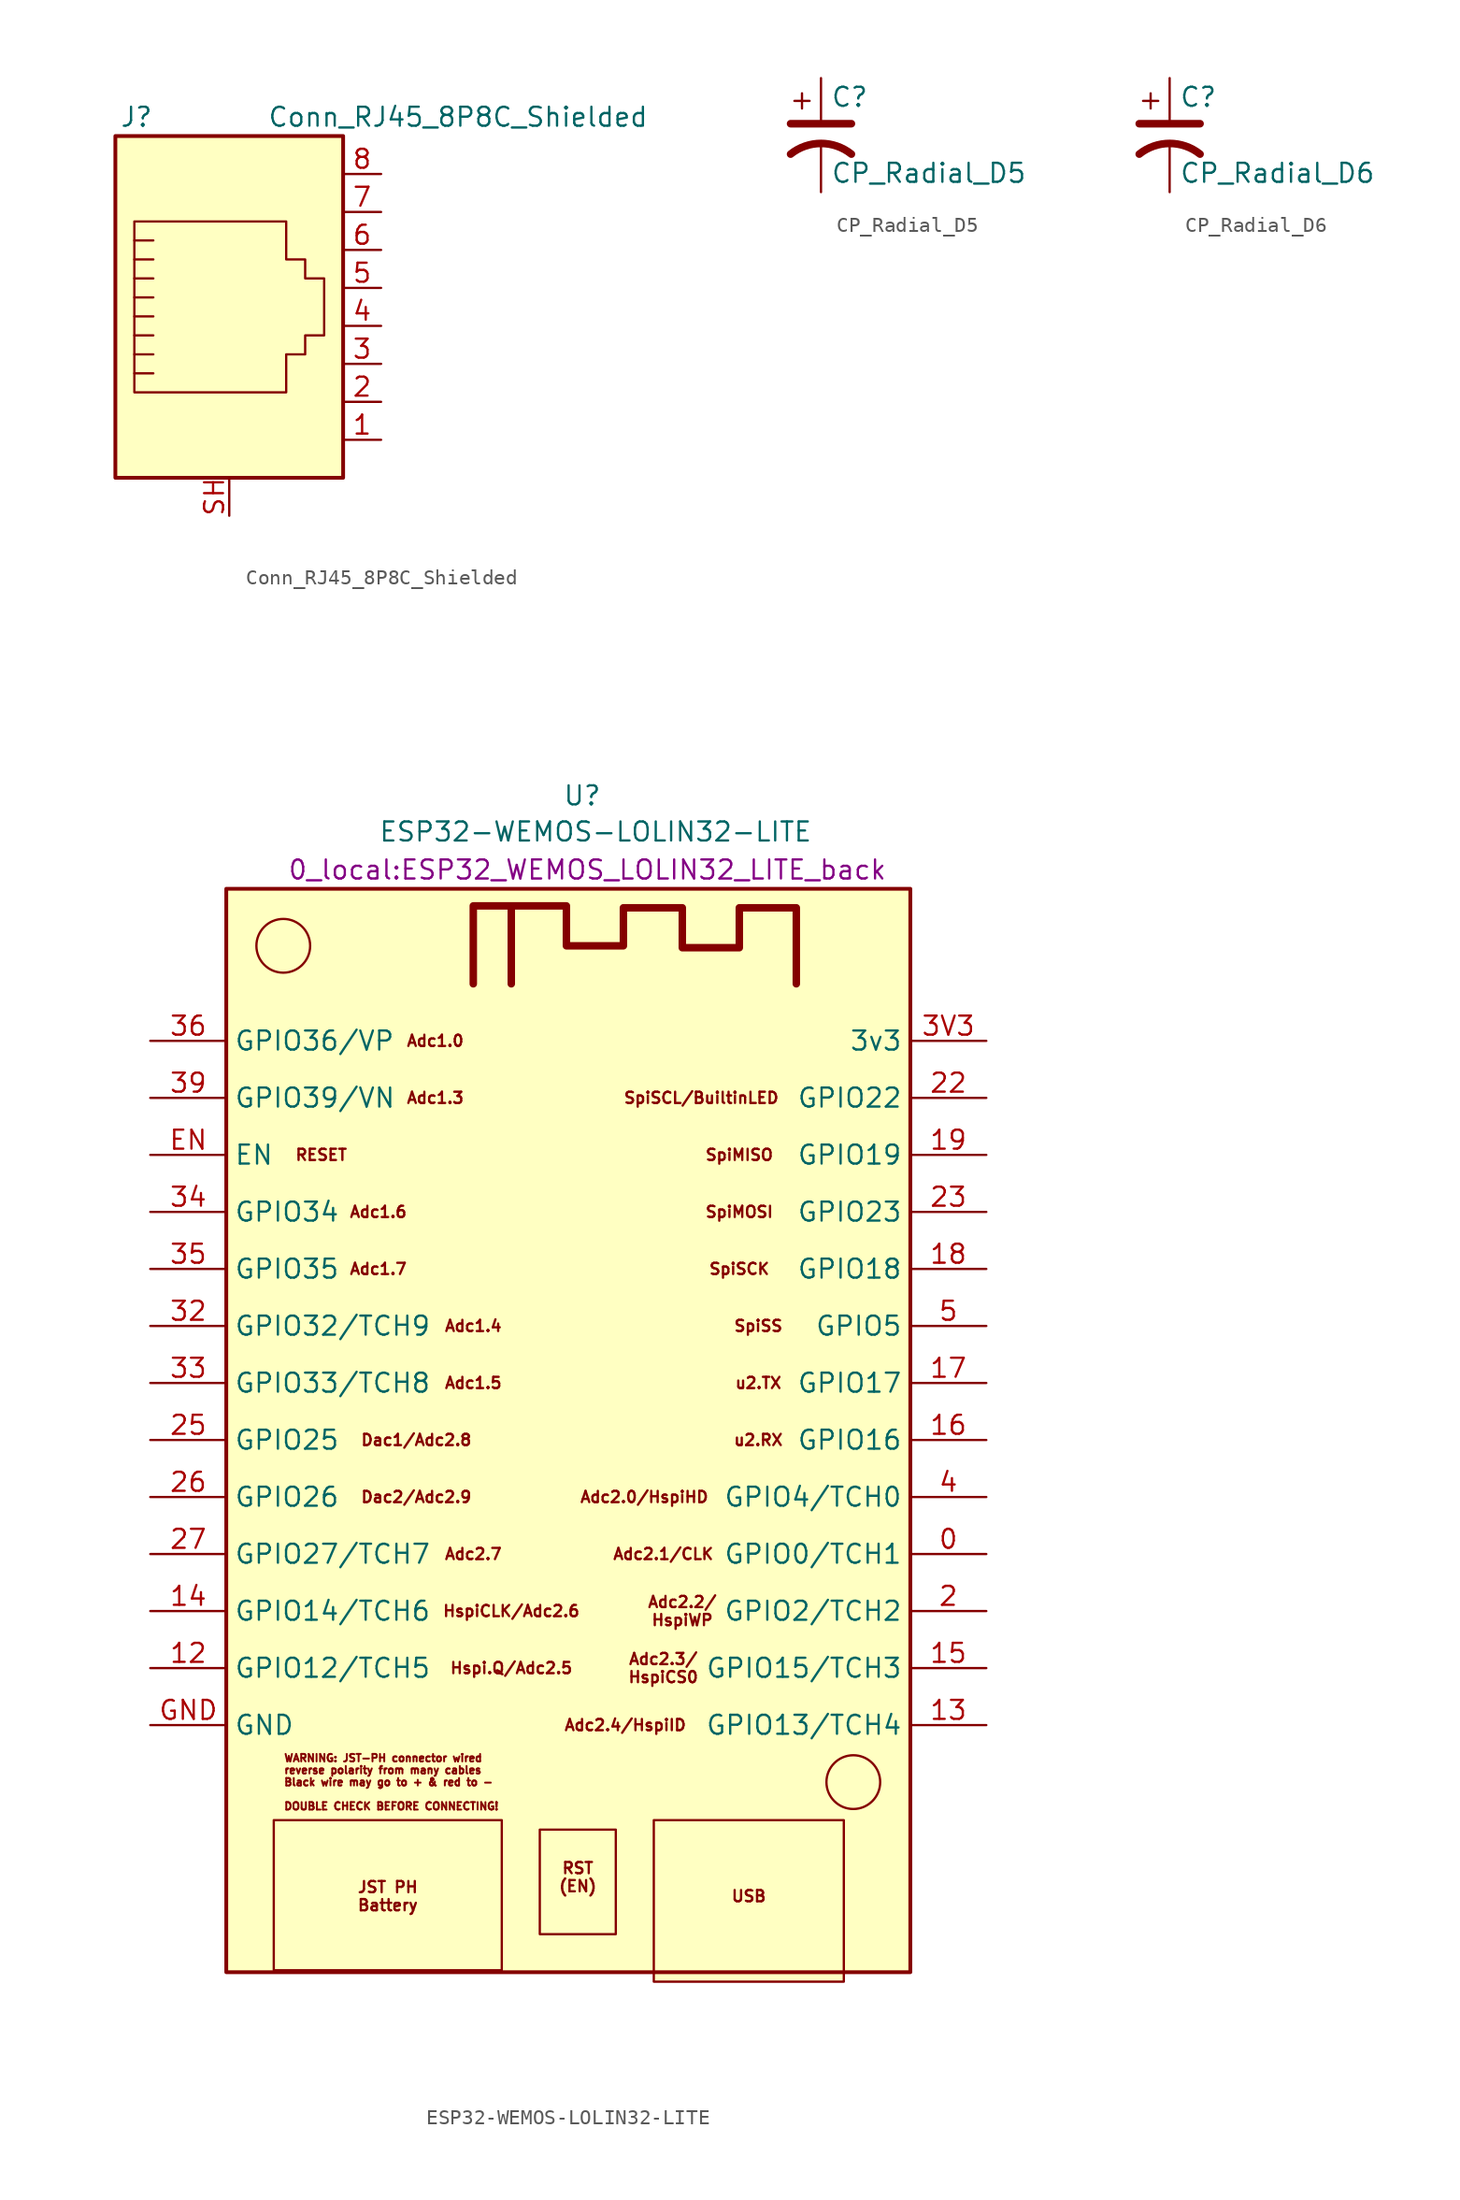
<source format=kicad_sym>
(kicad_symbol_lib
  (version 20220914)
  (generator kicad_symbol_editor)
  (symbol "Conn_RJ45_8P8C_Shielded"
    (pin_names
      (offset 1.016))
    (property "Reference" "J"
      (at -5.08 13.97 0)
      (effects (font (size 1.27 1.27)) (justify right)))
    (property "Value" "Conn_RJ45_8P8C_Shielded"
      (at 2.54 13.97 0)
      (effects (font (size 1.27 1.27)) (justify left)))
    (symbol "Conn_RJ45_8P8C_Shielded_0_1"
      (polyline (pts (xy -5.08 4.445) (xy -6.35 4.445)) (stroke (width 0) (type default)) (fill (type none)))
      (polyline (pts (xy -5.08 5.715) (xy -6.35 5.715)) (stroke (width 0) (type default)) (fill (type none)))
      (polyline (pts (xy -6.35 -3.175) (xy -5.08 -3.175) (xy -5.08 -3.175)) (stroke (width 0) (type default)) (fill (type none)))
      (polyline (pts (xy -6.35 -1.905) (xy -5.08 -1.905) (xy -5.08 -1.905)) (stroke (width 0) (type default)) (fill (type none)))
      (polyline (pts (xy -6.35 -0.635) (xy -5.08 -0.635) (xy -5.08 -0.635)) (stroke (width 0) (type default)) (fill (type none)))
      (polyline (pts (xy -6.35 0.635) (xy -5.08 0.635) (xy -5.08 0.635)) (stroke (width 0) (type default)) (fill (type none)))
      (polyline (pts (xy -6.35 1.905) (xy -5.08 1.905) (xy -5.08 1.905)) (stroke (width 0) (type default)) (fill (type none)))
      (polyline (pts (xy -5.08 3.175) (xy -6.35 3.175) (xy -6.35 3.175)) (stroke (width 0) (type default)) (fill (type none)))
      (polyline (pts (xy -6.35 -4.445) (xy -6.35 6.985) (xy 3.81 6.985) (xy 3.81 4.445) (xy 5.08 4.445) (xy 5.08 3.175) (xy 6.35 3.175) (xy 6.35 -0.635) (xy 5.08 -0.635) (xy 5.08 -1.905) (xy 3.81 -1.905) (xy 3.81 -4.445) (xy -6.35 -4.445) (xy -6.35 -4.445)) (stroke (width 0) (type default)) (fill (type none)))
      (rectangle (start 7.62 12.7) (end -7.62 -10.16) (stroke (width 0.254) (type default)) (fill (type background))))
    (symbol "Conn_RJ45_8P8C_Shielded_1_1"
      (pin passive line (at 10.16 -7.62 180) (length 2.54) (name "~" (effects (font (size 1.27 1.27)))) (number "1" (effects (font (size 1.27 1.27)))))
      (pin passive line (at 10.16 -5.08 180) (length 2.54) (name "~" (effects (font (size 1.27 1.27)))) (number "2" (effects (font (size 1.27 1.27)))))
      (pin passive line (at 10.16 -2.54 180) (length 2.54) (name "~" (effects (font (size 1.27 1.27)))) (number "3" (effects (font (size 1.27 1.27)))))
      (pin passive line (at 10.16 0 180) (length 2.54) (name "~" (effects (font (size 1.27 1.27)))) (number "4" (effects (font (size 1.27 1.27)))))
      (pin passive line (at 10.16 2.54 180) (length 2.54) (name "~" (effects (font (size 1.27 1.27)))) (number "5" (effects (font (size 1.27 1.27)))))
      (pin passive line (at 10.16 5.08 180) (length 2.54) (name "~" (effects (font (size 1.27 1.27)))) (number "6" (effects (font (size 1.27 1.27)))))
      (pin passive line (at 10.16 7.62 180) (length 2.54) (name "~" (effects (font (size 1.27 1.27)))) (number "7" (effects (font (size 1.27 1.27)))))
      (pin passive line (at 10.16 10.16 180) (length 2.54) (name "~" (effects (font (size 1.27 1.27)))) (number "8" (effects (font (size 1.27 1.27)))))
      (pin passive line (at 0 -12.7 90) (length 2.54) (name "~" (effects (font (size 1.27 1.27)))) (number "SH" (effects (font (size 1.27 1.27)))))))
  (symbol "CP_Radial_D5"
    (pin_numbers hide)
    (pin_names
      (offset 0.254) hide)
    (property "Reference" "C"
      (at 0.635 2.54 0)
      (effects (font (size 1.27 1.27)) (justify left)))
    (property "Value" "CP_Radial_D5"
      (at 0.635 -2.54 0)
      (effects (font (size 1.27 1.27)) (justify left)))
    (symbol "CP_Radial_D5_0_1"
      (polyline (pts (xy -2.032 0.762) (xy 2.032 0.762)) (stroke (width 0.508) (type default)) (fill (type none)))
      (polyline (pts (xy -1.778 2.286) (xy -0.762 2.286)) (stroke (width 0) (type default)) (fill (type none)))
      (polyline (pts (xy -1.27 1.778) (xy -1.27 2.794)) (stroke (width 0) (type default)) (fill (type none)))
      (arc (start 2.032 -1.27) (mid 0 -0.5572) (end -2.032 -1.27) (stroke (width 0.508) (type default)) (fill (type none))))
    (symbol "CP_Radial_D5_1_1"
      (pin passive line (at 0 3.81 270) (length 2.794) (name "~" (effects (font (size 1.27 1.27)))) (number "1" (effects (font (size 1.27 1.27)))))
      (pin passive line (at 0 -3.81 90) (length 3.302) (name "~" (effects (font (size 1.27 1.27)))) (number "2" (effects (font (size 1.27 1.27)))))))
  (symbol "CP_Radial_D6"
    (pin_numbers hide)
    (pin_names
      (offset 0.254) hide)
    (property "Reference" "C"
      (at 0.635 2.54 0)
      (effects (font (size 1.27 1.27)) (justify left)))
    (property "Value" "CP_Radial_D6"
      (at 0.635 -2.54 0)
      (effects (font (size 1.27 1.27)) (justify left)))
    (symbol "CP_Radial_D6_0_1"
      (polyline (pts (xy -2.032 0.762) (xy 2.032 0.762)) (stroke (width 0.508) (type default)) (fill (type none)))
      (polyline (pts (xy -1.778 2.286) (xy -0.762 2.286)) (stroke (width 0) (type default)) (fill (type none)))
      (polyline (pts (xy -1.27 1.778) (xy -1.27 2.794)) (stroke (width 0) (type default)) (fill (type none)))
      (arc (start 2.032 -1.27) (mid 0 -0.5572) (end -2.032 -1.27) (stroke (width 0.508) (type default)) (fill (type none))))
    (symbol "CP_Radial_D6_1_1"
      (pin passive line (at 0 3.81 270) (length 2.794) (name "~" (effects (font (size 1.27 1.27)))) (number "1" (effects (font (size 1.27 1.27)))))
      (pin passive line (at 0 -3.81 90) (length 3.302) (name "~" (effects (font (size 1.27 1.27)))) (number "2" (effects (font (size 1.27 1.27)))))))
  (symbol "ESP32-WEMOS-LOLIN32-LITE"
    (property "Reference" "U"
      (at -0.381 43.053 0)
      (effects (font (size 1.27 1.27)) (justify left)))
    (property "Value" "ESP32-WEMOS-LOLIN32-LITE"
      (at -12.7 40.64 0)
      (effects (font (size 1.27 1.27)) (justify left)))
    (property "Footprint" "0_local:ESP32_WEMOS_LOLIN32_LITE_back"
      (at 1.27 38.1 0)
      (effects (font (size 1.27 1.27))))
    (symbol "ESP32-WEMOS-LOLIN32-LITE_0_0"
      (text "USB" (at 12.065 -30.48 0) (effects (font (size 0.75 0.75)))))
    (symbol "ESP32-WEMOS-LOLIN32-LITE_0_1"
      (rectangle (start -22.86 36.83) (end 22.86 -35.56) (stroke (width 0.254) (type default)) (fill (type background)))
      (rectangle (start -19.685 -25.4) (end -4.445 -35.433) (stroke (width 0.152) (type default)) (fill (type background)))
      (circle (center -19.05 33.02) (radius 1.796) (stroke (width 0) (type default)) (fill (type none)))
      (rectangle (start -1.905 -26.035) (end 3.175 -33.02) (stroke (width 0.152) (type default)) (fill (type background)))
      (polyline (pts (xy 15.24 30.48) (xy 15.24 35.56) (xy 11.43 35.56) (xy 11.43 32.893) (xy 7.62 32.893) (xy 7.62 35.56) (xy 3.683 35.56) (xy 3.683 33.02) (xy -0.127 33.02) (xy -0.127 35.687) (xy -6.35 35.687) (xy -6.35 30.48) (xy -6.35 35.687) (xy -3.81 35.687) (xy -3.81 30.48)) (stroke (width 0.5) (type default)) (fill (type none)))
      (rectangle (start 5.715 -25.4) (end 18.415 -36.195) (stroke (width 0.152) (type default)) (fill (type background)))
      (circle (center 19.05 -22.86) (radius 1.796) (stroke (width 0) (type default)) (fill (type none))))
    (symbol "ESP32-WEMOS-LOLIN32-LITE_1_0"
      (text "Adc1.0" (at -8.89 26.67 0) (effects (font (size 0.75 0.75))))
      (text "Adc1.3" (at -8.89 22.86 0) (effects (font (size 0.75 0.75))))
      (text "Adc1.4" (at -6.35 7.62 0) (effects (font (size 0.75 0.75))))
      (text "Adc1.5" (at -6.35 3.81 0) (effects (font (size 0.75 0.75))))
      (text "Adc1.6" (at -12.7 15.24 0) (effects (font (size 0.75 0.75))))
      (text "Adc1.7" (at -12.7 11.43 0) (effects (font (size 0.75 0.75))))
      (text "Adc2.0/HspiHD" (at 5.08 -3.81 0) (effects (font (size 0.75 0.75))))
      (text "Adc2.1/CLK" (at 6.35 -7.62 0) (effects (font (size 0.75 0.75))))
      (text "Adc2.2/\nHspiWP" (at 7.62 -11.43 0) (effects (font (size 0.75 0.75))))
      (text "Adc2.3/\nHspiCS0" (at 6.35 -15.24 0) (effects (font (size 0.75 0.75))))
      (text "Adc2.4/HspiID" (at 3.81 -19.05 0) (effects (font (size 0.75 0.75))))
      (text "Adc2.7" (at -6.35 -7.62 0) (effects (font (size 0.75 0.75))))
      (text "Dac1/Adc2.8" (at -10.16 0 0) (effects (font (size 0.75 0.75))))
      (text "Dac2/Adc2.9" (at -10.16 -3.81 0) (effects (font (size 0.75 0.75))))
      (text "Hspi.Q/Adc2.5" (at -3.81 -15.24 0) (effects (font (size 0.75 0.75))))
      (text "HspiCLK/Adc2.6" (at -3.81 -11.43 0) (effects (font (size 0.75 0.75))))
      (text "JST PH\nBattery" (at -12.065 -30.48 0) (effects (font (size 0.75 0.75))))
      (text "RESET" (at -16.51 19.05 0) (effects (font (size 0.75 0.75))))
      (text "RST\n(EN)" (at 0.635 -29.21 0) (effects (font (size 0.75 0.75))))
      (text "SpiMISO" (at 11.43 19.05 0) (effects (font (size 0.75 0.75))))
      (text "SpiMOSI" (at 11.43 15.24 0) (effects (font (size 0.75 0.75))))
      (text "SpiSCK" (at 11.43 11.43 0) (effects (font (size 0.75 0.75))))
      (text "SpiSCL/BuiltinLED" (at 8.89 22.86 0) (effects (font (size 0.75 0.75))))
      (text "SpiSS" (at 12.7 7.62 0) (effects (font (size 0.75 0.75))))
      (text "u2.RX" (at 12.7 0 0) (effects (font (size 0.75 0.75))))
      (text "u2.TX" (at 12.7 3.81 0) (effects (font (size 0.75 0.75))))
      (text "WARNING: JST-PH connector wired\nreverse polarity from many cables\nBlack wire may go to + & red to -\n\nDOUBLE CHECK BEFORE CONNECTING!" (at -19.05 -22.86 0) (effects (font (size 0.5 0.5)) (justify left))))
    (symbol "ESP32-WEMOS-LOLIN32-LITE_1_1"
      (pin bidirectional line (at 27.94 -7.62 180) (length 5.08) (name "GPIO0/TCH1" (effects (font (size 1.27 1.27)))) (number "0" (effects (font (size 1.27 1.27)))))
      (pin bidirectional line (at -27.94 -15.24 0) (length 5.08) (name "GPIO12/TCH5" (effects (font (size 1.27 1.27)))) (number "12" (effects (font (size 1.27 1.27)))))
      (pin bidirectional line (at 27.94 -19.05 180) (length 5.08) (name "GPIO13/TCH4" (effects (font (size 1.27 1.27)))) (number "13" (effects (font (size 1.27 1.27)))))
      (pin bidirectional line (at -27.94 -11.43 0) (length 5.08) (name "GPIO14/TCH6" (effects (font (size 1.27 1.27)))) (number "14" (effects (font (size 1.27 1.27)))))
      (pin bidirectional line (at 27.94 -15.24 180) (length 5.08) (name "GPIO15/TCH3" (effects (font (size 1.27 1.27)))) (number "15" (effects (font (size 1.27 1.27)))))
      (pin bidirectional line (at 27.94 0 180) (length 5.08) (name "GPIO16" (effects (font (size 1.27 1.27)))) (number "16" (effects (font (size 1.27 1.27)))))
      (pin bidirectional line (at 27.94 3.81 180) (length 5.08) (name "GPIO17" (effects (font (size 1.27 1.27)))) (number "17" (effects (font (size 1.27 1.27)))))
      (pin bidirectional line (at 27.94 11.43 180) (length 5.08) (name "GPIO18" (effects (font (size 1.27 1.27)))) (number "18" (effects (font (size 1.27 1.27)))))
      (pin bidirectional line (at 27.94 19.05 180) (length 5.08) (name "GPIO19" (effects (font (size 1.27 1.27)))) (number "19" (effects (font (size 1.27 1.27)))))
      (pin bidirectional line (at 27.94 -11.43 180) (length 5.08) (name "GPIO2/TCH2" (effects (font (size 1.27 1.27)))) (number "2" (effects (font (size 1.27 1.27)))))
      (pin bidirectional line (at 27.94 22.86 180) (length 5.08) (name "GPIO22" (effects (font (size 1.27 1.27)))) (number "22" (effects (font (size 1.27 1.27)))))
      (pin bidirectional line (at 27.94 15.24 180) (length 5.08) (name "GPIO23" (effects (font (size 1.27 1.27)))) (number "23" (effects (font (size 1.27 1.27)))))
      (pin bidirectional line (at -27.94 0 0) (length 5.08) (name "GPIO25" (effects (font (size 1.27 1.27)))) (number "25" (effects (font (size 1.27 1.27)))))
      (pin bidirectional line (at -27.94 -3.81 0) (length 5.08) (name "GPIO26" (effects (font (size 1.27 1.27)))) (number "26" (effects (font (size 1.27 1.27)))))
      (pin bidirectional line (at -27.94 -7.62 0) (length 5.08) (name "GPIO27/TCH7" (effects (font (size 1.27 1.27)))) (number "27" (effects (font (size 1.27 1.27)))))
      (pin bidirectional line (at -27.94 7.62 0) (length 5.08) (name "GPIO32/TCH9" (effects (font (size 1.27 1.27)))) (number "32" (effects (font (size 1.27 1.27)))))
      (pin bidirectional line (at -27.94 3.81 0) (length 5.08) (name "GPIO33/TCH8" (effects (font (size 1.27 1.27)))) (number "33" (effects (font (size 1.27 1.27)))))
      (pin input line (at -27.94 15.24 0) (length 5.08) (name "GPIO34" (effects (font (size 1.27 1.27)))) (number "34" (effects (font (size 1.27 1.27)))))
      (pin input line (at -27.94 11.43 0) (length 5.08) (name "GPIO35" (effects (font (size 1.27 1.27)))) (number "35" (effects (font (size 1.27 1.27)))))
      (pin input line (at -27.94 26.67 0) (length 5.08) (name "GPIO36/VP" (effects (font (size 1.27 1.27)))) (number "36" (effects (font (size 1.27 1.27)))))
      (pin input line (at -27.94 22.86 0) (length 5.08) (name "GPIO39/VN" (effects (font (size 1.27 1.27)))) (number "39" (effects (font (size 1.27 1.27)))))
      (pin power_out line (at 27.94 26.67 180) (length 5.08) (name "3v3" (effects (font (size 1.27 1.27)))) (number "3V3" (effects (font (size 1.27 1.27)))))
      (pin bidirectional line (at 27.94 -3.81 180) (length 5.08) (name "GPIO4/TCH0" (effects (font (size 1.27 1.27)))) (number "4" (effects (font (size 1.27 1.27)))))
      (pin bidirectional line (at 27.94 7.62 180) (length 5.08) (name "GPIO5" (effects (font (size 1.27 1.27)))) (number "5" (effects (font (size 1.27 1.27)))))
      (pin input line (at -27.94 19.05 0) (length 5.08) (name "EN" (effects (font (size 1.27 1.27)))) (number "EN" (effects (font (size 1.27 1.27)))))
      (pin power_in line (at -27.94 -19.05 0) (length 5.08) (name "GND" (effects (font (size 1.27 1.27)))) (number "GND" (effects (font (size 1.27 1.27))))))))
</source>
